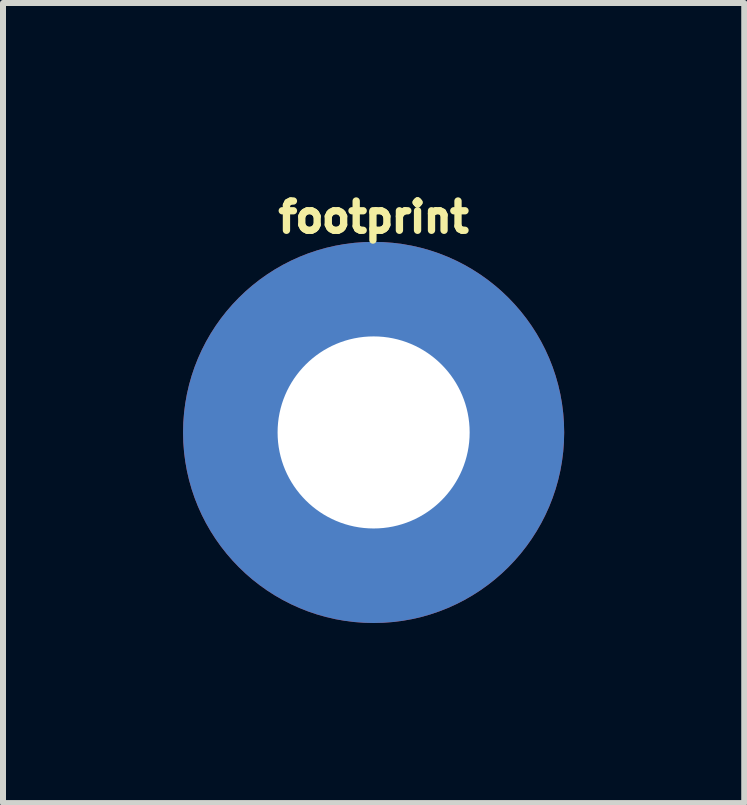
<source format=kicad_pcb>
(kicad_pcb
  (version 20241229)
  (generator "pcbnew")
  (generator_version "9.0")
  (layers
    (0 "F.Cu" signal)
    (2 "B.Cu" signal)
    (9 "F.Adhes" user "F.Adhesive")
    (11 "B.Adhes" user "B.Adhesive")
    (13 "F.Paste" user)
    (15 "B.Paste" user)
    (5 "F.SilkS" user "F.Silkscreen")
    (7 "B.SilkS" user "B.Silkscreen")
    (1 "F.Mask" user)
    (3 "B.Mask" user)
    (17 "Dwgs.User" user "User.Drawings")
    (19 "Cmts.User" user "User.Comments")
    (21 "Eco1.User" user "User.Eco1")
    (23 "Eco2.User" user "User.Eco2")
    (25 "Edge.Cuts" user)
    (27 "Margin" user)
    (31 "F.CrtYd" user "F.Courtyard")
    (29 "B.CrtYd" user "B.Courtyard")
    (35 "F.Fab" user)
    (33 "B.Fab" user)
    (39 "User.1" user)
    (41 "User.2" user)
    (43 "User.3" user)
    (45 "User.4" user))
  (footprint "footprint"
    (layer "F.Cu")
    (at 3.175 4.155)
    (property "Reference" "footprint" (at 0 -3.302 0) (layer "F.SilkS") (effects (font (size 0.488 0.488) (thickness 0.122)) (justify bottom)))
    (pad "P1" thru_hole circle (at 0 0) (size 6.35 6.35) (drill 3.2) (layers "*.Cu" "*.Mask")))
  (gr_rect
    (start -3 -3)
    (end 9.35 10.33)
    (stroke (width 0.1) (type default))
    (fill no)
    (layer "Edge.Cuts")))
</source>
